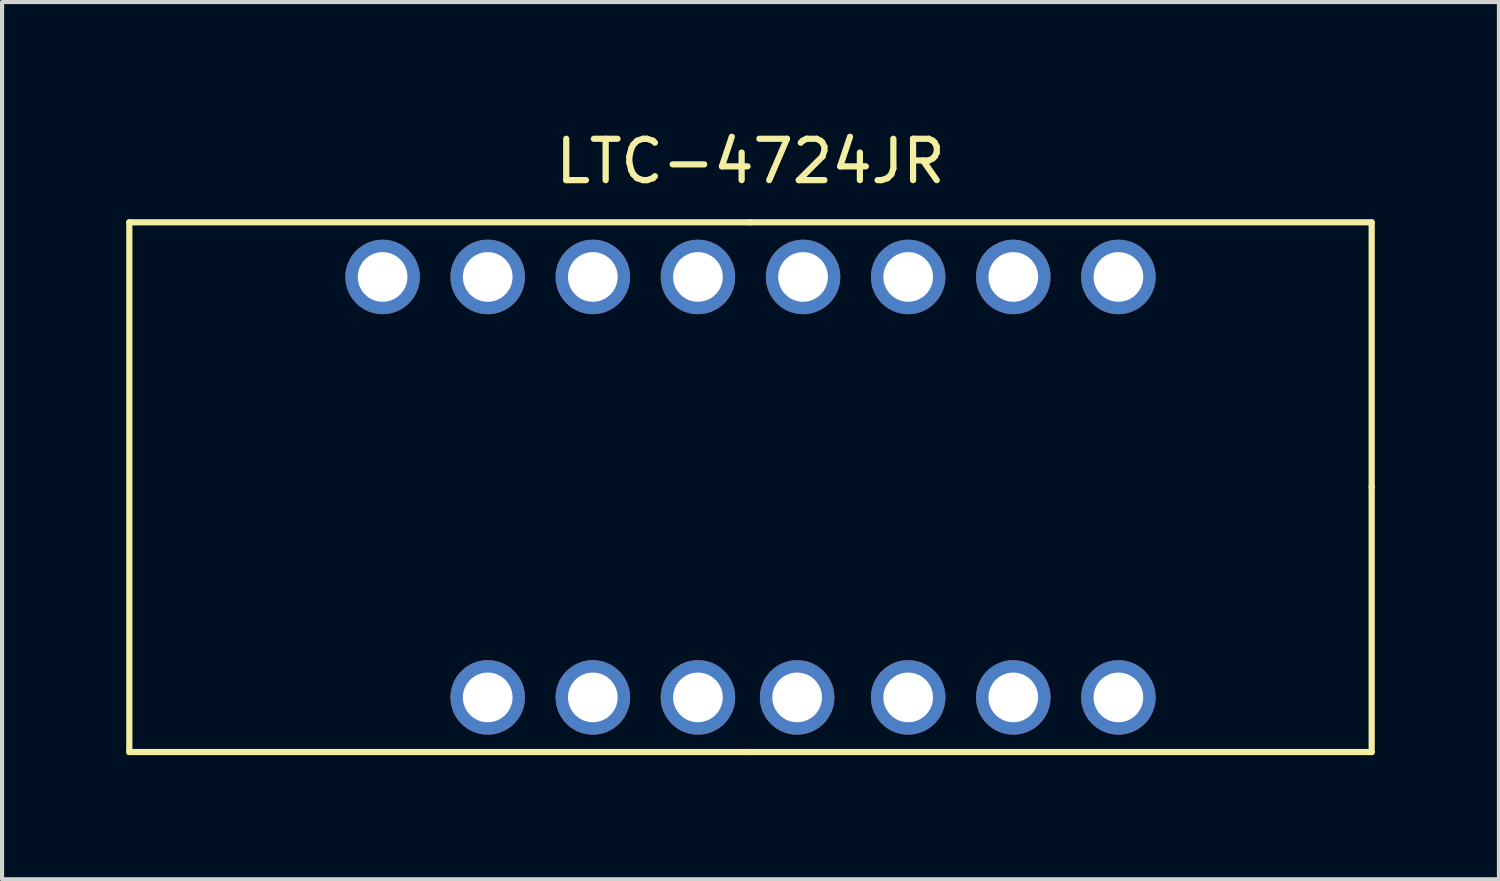
<source format=kicad_pcb>
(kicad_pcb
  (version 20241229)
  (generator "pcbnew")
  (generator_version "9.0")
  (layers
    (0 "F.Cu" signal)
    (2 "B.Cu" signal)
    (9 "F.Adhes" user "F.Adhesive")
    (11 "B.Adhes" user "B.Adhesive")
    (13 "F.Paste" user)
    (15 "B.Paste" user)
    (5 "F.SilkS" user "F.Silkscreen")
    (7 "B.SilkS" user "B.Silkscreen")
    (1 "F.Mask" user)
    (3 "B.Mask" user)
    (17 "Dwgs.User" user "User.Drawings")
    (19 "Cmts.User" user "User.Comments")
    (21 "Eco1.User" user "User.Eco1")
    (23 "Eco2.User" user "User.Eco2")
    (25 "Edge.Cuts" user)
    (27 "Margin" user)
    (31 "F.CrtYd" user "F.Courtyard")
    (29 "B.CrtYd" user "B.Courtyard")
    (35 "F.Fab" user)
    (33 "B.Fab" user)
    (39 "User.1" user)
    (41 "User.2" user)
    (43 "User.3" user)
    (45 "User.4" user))
  (footprint "LTC-4724JR"
    (layer "F.Cu")
    (at 15.085 8.722)
    (property "Reference" "LTC-4724JR" (at 0 -7.874 0) (layer "F.SilkS") (effects (font (size 1 1) (thickness 0.15))))
    (attr through_hole)
    (fp_line (start -15.01 -6.4) (end -15.01 6.4) (stroke (width 0.15) (type solid)) (layer "F.SilkS"))
    (fp_line (start 0 -6.4) (end -15.01 -6.4) (stroke (width 0.15) (type solid)) (layer "F.SilkS"))
    (fp_line (start 0 -6.4) (end 15.01 -6.4) (stroke (width 0.15) (type solid)) (layer "F.SilkS"))
    (fp_line (start 0 6.4) (end -15.01 6.4) (stroke (width 0.15) (type solid)) (layer "F.SilkS"))
    (fp_line (start 0 6.4) (end 15.01 6.4) (stroke (width 0.15) (type solid)) (layer "F.SilkS"))
    (fp_line (start 15.01 0) (end 15.01 -6.4) (stroke (width 0.15) (type solid)) (layer "F.SilkS"))
    (fp_line (start 15.01 0) (end 15.01 6.4) (stroke (width 0.15) (type solid)) (layer "F.SilkS"))
    (pad "1" thru_hole circle (at -6.35 5.08) (size 1.8 1.8) (drill 1.2) (layers "*.Cu" "*.Mask"))
    (pad "2" thru_hole circle (at -3.81 5.08) (size 1.8 1.8) (drill 1.2) (layers "*.Cu" "*.Mask"))
    (pad "3" thru_hole circle (at -1.27 5.08) (size 1.8 1.8) (drill 1.2) (layers "*.Cu" "*.Mask"))
    (pad "4" thru_hole circle (at 1.127 5.08) (size 1.8 1.8) (drill 1.2) (layers "*.Cu" "*.Mask"))
    (pad "5" thru_hole circle (at 3.81 5.08) (size 1.8 1.8) (drill 1.2) (layers "*.Cu" "*.Mask"))
    (pad "6" thru_hole circle (at 6.35 5.08) (size 1.8 1.8) (drill 1.2) (layers "*.Cu" "*.Mask"))
    (pad "7" thru_hole circle (at 8.89 5.08) (size 1.8 1.8) (drill 1.2) (layers "*.Cu" "*.Mask"))
    (pad "8" thru_hole circle (at 8.89 -5.08) (size 1.8 1.8) (drill 1.2) (layers "*.Cu" "*.Mask"))
    (pad "9" thru_hole circle (at 6.35 -5.08) (size 1.8 1.8) (drill 1.2) (layers "*.Cu" "*.Mask"))
    (pad "10" thru_hole circle (at 3.81 -5.08) (size 1.8 1.8) (drill 1.2) (layers "*.Cu" "*.Mask"))
    (pad "11" thru_hole circle (at 1.27 -5.08) (size 1.8 1.8) (drill 1.2) (layers "*.Cu" "*.Mask"))
    (pad "12" thru_hole circle (at -1.27 -5.08) (size 1.8 1.8) (drill 1.2) (layers "*.Cu" "*.Mask"))
    (pad "13" thru_hole circle (at -3.81 -5.08) (size 1.8 1.8) (drill 1.2) (layers "*.Cu" "*.Mask"))
    (pad "14" thru_hole circle (at -6.35 -5.08) (size 1.8 1.8) (drill 1.2) (layers "*.Cu" "*.Mask"))
    (pad "15" thru_hole circle (at -8.89 -5.08) (size 1.8 1.8) (drill 1.2) (layers "*.Cu" "*.Mask")))
  (gr_rect
    (start -3 -3)
    (end 33.17 18.197)
    (stroke (width 0.1) (type default))
    (fill no)
    (layer "Edge.Cuts")))
</source>
